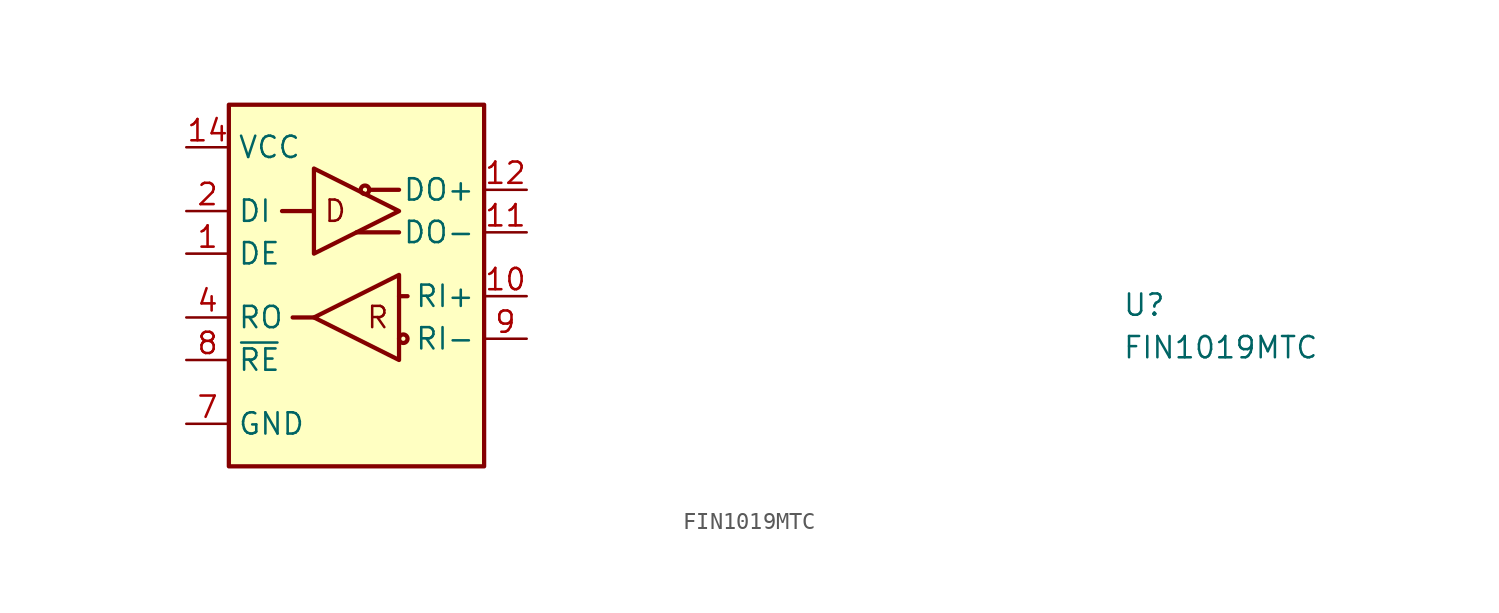
<source format=kicad_sym>
(kicad_symbol_lib
  (version 20211014)
  (generator kicad_symbol_editor)
  (symbol "FIN1019MTC"
    (property "Reference" "U"
      (at 55.88 -10.16 0)
      (effects (font (size 1.27 1.27) (thickness 0.15)) (justify left bottom)))
    (property "Value" "FIN1019MTC"
      (at 55.88 -12.7 0)
      (effects (font (size 1.27 1.27) (thickness 0.15)) (justify left bottom)))
    (symbol "FIN1019MTC_1_1"
      (polyline (pts (xy 7.62 -10.16) (xy 6.35 -10.16)) (stroke (width 0.254) (type default) (color 0 0 0 0)) (fill (type background)))
      (polyline (pts (xy 7.62 -3.81) (xy 5.715 -3.81)) (stroke (width 0.254) (type default) (color 0 0 0 0)) (fill (type background)))
      (polyline (pts (xy 10.16 -5.08) (xy 12.7 -5.08)) (stroke (width 0.254) (type default) (color 0 0 0 0)) (fill (type background)))
      (polyline (pts (xy 10.922 -2.54) (xy 12.7 -2.54)) (stroke (width 0.254) (type default) (color 0 0 0 0)) (fill (type background)))
      (polyline (pts (xy 12.7 -8.89) (xy 13.208 -8.89)) (stroke (width 0.254) (type default) (color 0 0 0 0)) (fill (type background)))
      (polyline (pts (xy 7.62 -1.27) (xy 12.7 -3.81) (xy 7.62 -6.35) (xy 7.62 -1.27)) (stroke (width 0.254) (type default) (color 0 0 0 0)) (fill (type background)))
      (polyline (pts (xy 12.7 -12.7) (xy 7.62 -10.16) (xy 12.7 -7.62) (xy 12.7 -12.7)) (stroke (width 0.254) (type default) (color 0 0 0 0)) (fill (type background)))
      (rectangle (start 2.54 2.54) (end 17.78 -19.05) (stroke (width 0.254) (type default) (color 0 0 0 0)) (fill (type background)))
      (circle (center 10.668 -2.54) (radius 0.254) (stroke (width 0.254) (type default) (color 0 0 0 0)) (fill (type background)))
      (circle (center 12.954 -11.43) (radius 0.254) (stroke (width 0.254) (type default) (color 0 0 0 0)) (fill (type background)))
      (text "D" (at 8.89 -3.81 0) (effects (font (size 1.27 1.27) (thickness 0.15))))
      (text "R" (at 11.43 -10.16 0) (effects (font (size 1.27 1.27) (thickness 0.15))))
      (pin input line (at 0 -6.35 0) (length 2.54) (name "DE" (effects (font (size 1.27 1.27)))) (number "1" (effects (font (size 1.27 1.27)))))
      (pin input line (at 20.32 -8.89 180) (length 2.54) (name "RI+" (effects (font (size 1.27 1.27)))) (number "10" (effects (font (size 1.27 1.27)))))
      (pin output line (at 20.32 -5.08 180) (length 2.54) (name "DO-" (effects (font (size 1.27 1.27)))) (number "11" (effects (font (size 1.27 1.27)))))
      (pin output line (at 20.32 -2.54 180) (length 2.54) (name "DO+" (effects (font (size 1.27 1.27)))) (number "12" (effects (font (size 1.27 1.27)))))
      (pin no_connect line (at 17.78 -15.875 180) (length 2.54) hide (name "NC" (effects (font (size 1.27 1.27)))) (number "13" (effects (font (size 1.27 1.27)))))
      (pin power_in line (at 0 0 0) (length 2.54) (name "VCC" (effects (font (size 1.27 1.27)))) (number "14" (effects (font (size 1.27 1.27)))))
      (pin input line (at 0 -3.81 0) (length 2.54) (name "DI" (effects (font (size 1.27 1.27)))) (number "2" (effects (font (size 1.27 1.27)))))
      (pin no_connect line (at 17.78 -15.875 180) (length 2.54) hide (name "NC" (effects (font (size 1.27 1.27)))) (number "3" (effects (font (size 1.27 1.27)))))
      (pin output line (at 0 -10.16 0) (length 2.54) (name "RO" (effects (font (size 1.27 1.27)))) (number "4" (effects (font (size 1.27 1.27)))))
      (pin no_connect line (at 17.78 -15.875 180) (length 2.54) hide (name "NC" (effects (font (size 1.27 1.27)))) (number "5" (effects (font (size 1.27 1.27)))))
      (pin no_connect line (at 17.78 -15.875 180) (length 2.54) hide (name "NC" (effects (font (size 1.27 1.27)))) (number "6" (effects (font (size 1.27 1.27)))))
      (pin power_in line (at 0 -16.51 0) (length 2.54) (name "GND" (effects (font (size 1.27 1.27)))) (number "7" (effects (font (size 1.27 1.27)))))
      (pin input line (at 0 -12.7 0) (length 2.54) (name "~{RE}" (effects (font (size 1.27 1.27)))) (number "8" (effects (font (size 1.27 1.27)))))
      (pin input line (at 20.32 -11.43 180) (length 2.54) (name "RI-" (effects (font (size 1.27 1.27)))) (number "9" (effects (font (size 1.27 1.27))))))))
</source>
